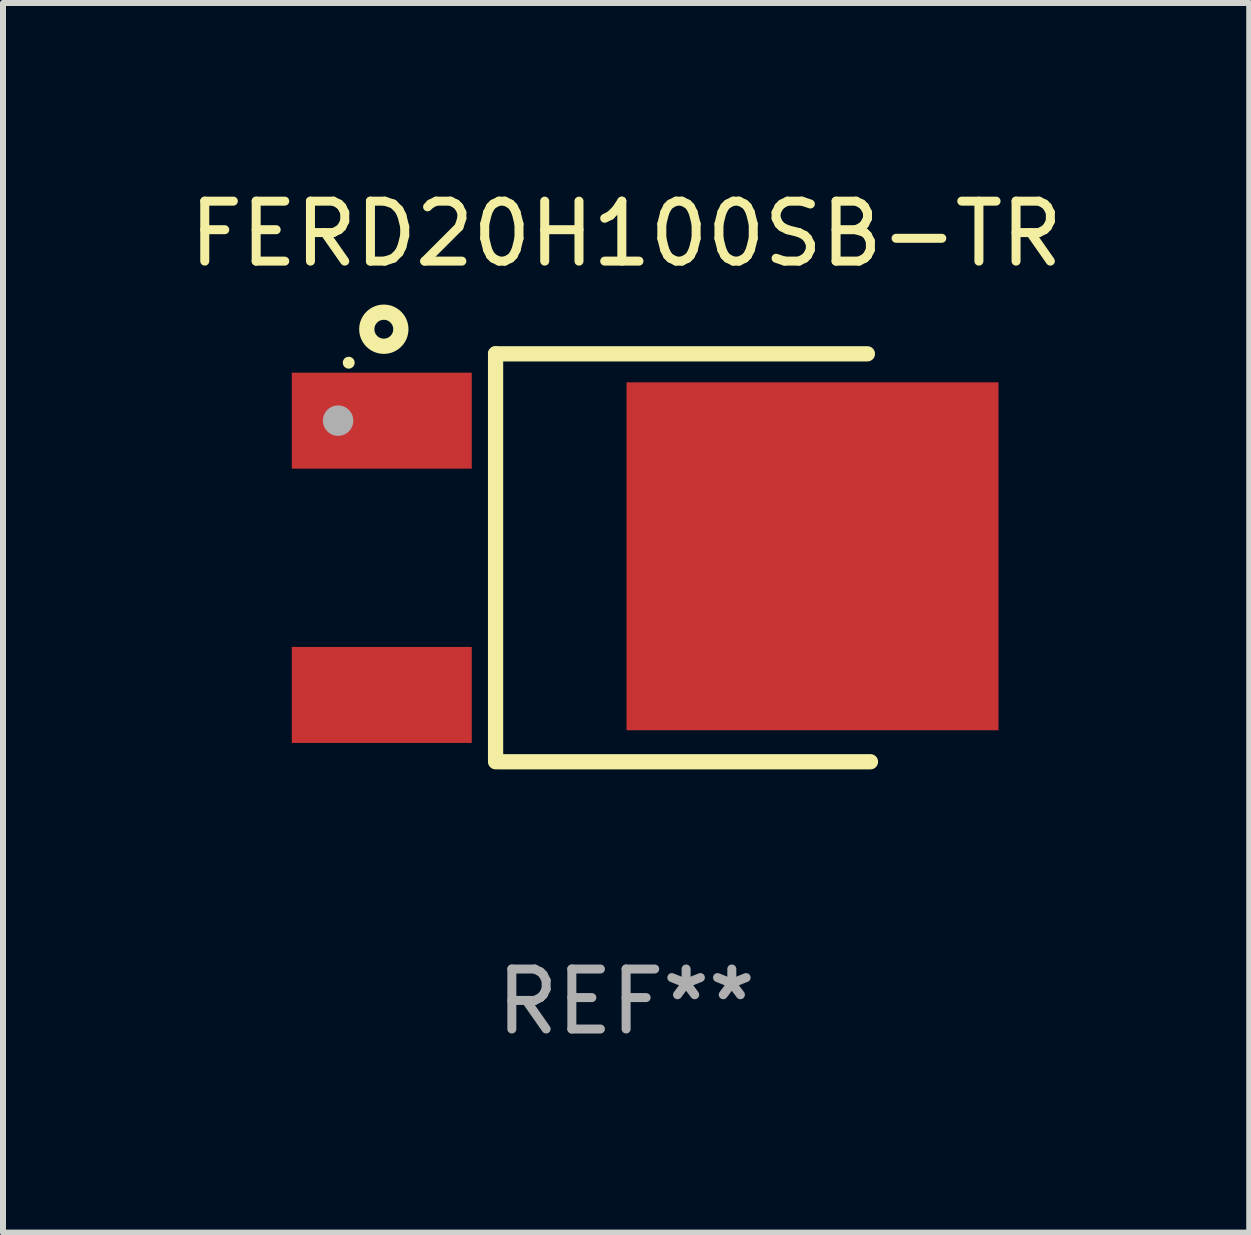
<source format=kicad_pcb>
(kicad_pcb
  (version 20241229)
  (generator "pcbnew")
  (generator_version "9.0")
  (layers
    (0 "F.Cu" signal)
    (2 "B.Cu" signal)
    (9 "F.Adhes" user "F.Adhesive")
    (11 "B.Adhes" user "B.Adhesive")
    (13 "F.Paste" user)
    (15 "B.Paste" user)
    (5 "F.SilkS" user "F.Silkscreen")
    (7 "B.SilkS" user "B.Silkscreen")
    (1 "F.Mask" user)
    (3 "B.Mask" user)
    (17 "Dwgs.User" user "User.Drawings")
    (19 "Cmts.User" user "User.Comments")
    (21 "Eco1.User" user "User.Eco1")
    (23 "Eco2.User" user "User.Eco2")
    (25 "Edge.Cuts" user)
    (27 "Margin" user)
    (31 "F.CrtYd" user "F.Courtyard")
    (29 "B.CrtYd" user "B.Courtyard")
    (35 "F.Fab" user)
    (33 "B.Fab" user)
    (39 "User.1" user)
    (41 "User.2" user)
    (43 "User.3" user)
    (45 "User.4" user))
  (footprint "FERD20H100SB-TR"
    (layer "F.Cu")
    (at 7.387 6.248)
    (property "Reference" "FERD20H100SB-TR" (at 0 -5.4 0) (layer "F.SilkS") (effects (font (size 1 1) (thickness 0.15))))
    (attr through_hole)
    (fp_line (start -2.176 -3.4) (end 4.022 -3.4) (stroke (width 0.254) (type solid)) (layer "F.SilkS"))
    (fp_line (start -2.176 3.4) (end -2.176 -3.4) (stroke (width 0.254) (type solid)) (layer "F.SilkS"))
    (fp_line (start -2.125 3.4) (end 4.073 3.4) (stroke (width 0.254) (type solid)) (layer "F.SilkS"))
    (fp_circle (center -4.624 -3.252) (end -4.574 -3.252) (stroke (width 0.1) (type solid)) (fill no) (layer "F.SilkS"))
    (fp_circle (center -4.039 -3.81) (end -3.755 -3.81) (stroke (width 0.254) (type solid)) (fill no) (layer "F.SilkS"))
    (fp_circle (center -4.801 -2.286) (end -4.674 -2.286) (stroke (width 0.254) (type solid)) (fill no) (layer "F.Fab"))
    (fp_text user "REF**" (at 0 7.4 0) (layer "F.Fab") (effects (font (size 1 1) (thickness 0.15))))
    (pad "1" smd rect (at -4.073 -2.286 270) (size 1.6 3) (layers "F.Cu" "F.Mask" "F.Paste"))
    (pad "2" smd rect (at 3.107 -0.025 270) (size 5.8 6.2) (layers "F.Cu" "F.Mask" "F.Paste"))
    (pad "3" smd rect (at -4.073 2.286 270) (size 1.6 3) (layers "F.Cu" "F.Mask" "F.Paste")))
  (gr_rect
    (start -3 -3)
    (end 17.774 17.497)
    (stroke (width 0.1) (type default))
    (fill no)
    (layer "Edge.Cuts")))
</source>
